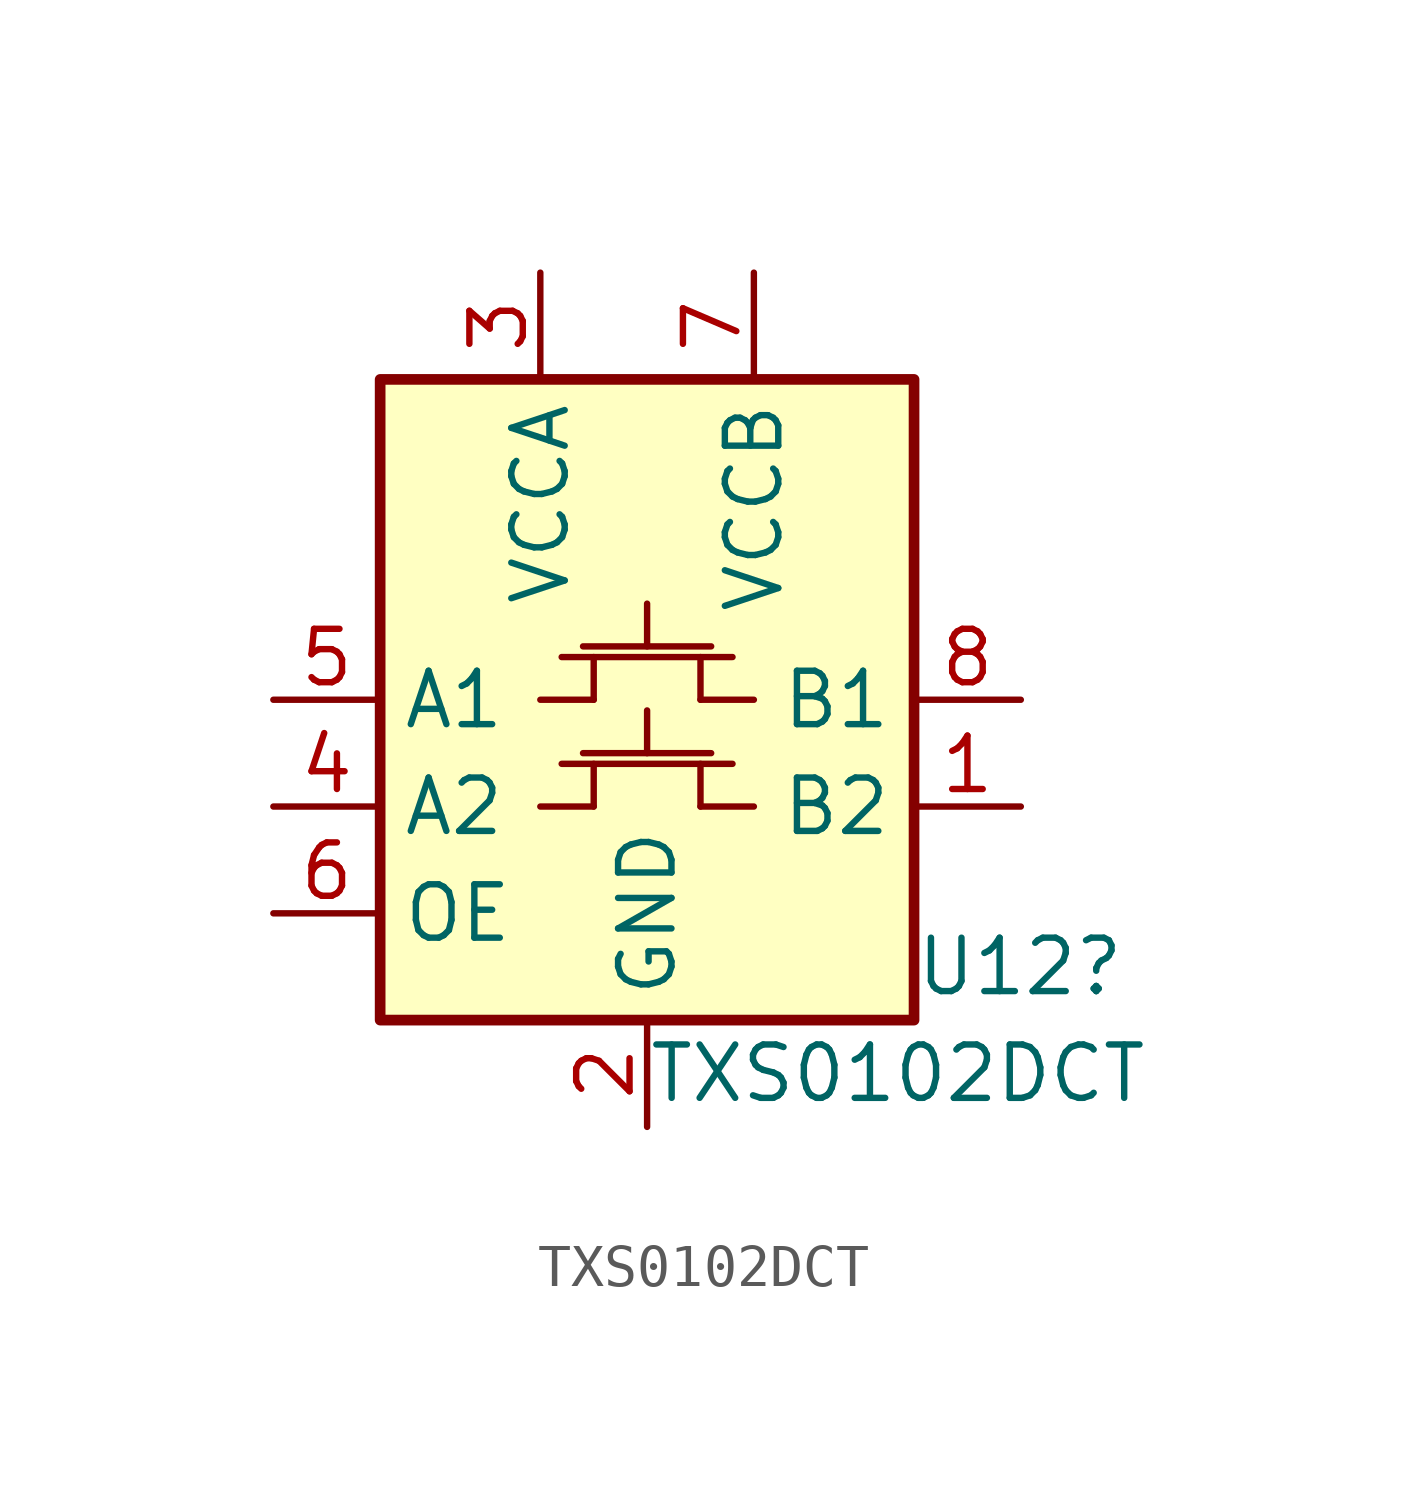
<source format=kicad_sym>
(kicad_symbol_lib
  (version 20220914)
  (generator kicad_symbol_editor)
  (symbol "TXS0102DCT"
    (property "Reference" "U12"
      (at 6.35 -3.81 0)
      (effects (font (size 1.27 1.27)) (justify left)))
    (property "Value" "TXS0102DCT"
      (at 0 -6.35 0)
      (effects (font (size 1.27 1.27)) (justify left)))
    (symbol "TXS0102DCT_0_1"
      (rectangle (start -6.35 10.16) (end 6.35 -5.08) (stroke (width 0.254) (type default)) (fill (type background)))
      (polyline (pts (xy -2.54 0) (xy -1.27 0)) (stroke (width 0) (type default)) (fill (type none)))
      (polyline (pts (xy -2.032 1.016) (xy 2.032 1.016)) (stroke (width 0) (type default)) (fill (type none)))
      (polyline (pts (xy -1.524 1.27) (xy 1.524 1.27)) (stroke (width 0) (type default)) (fill (type none)))
      (polyline (pts (xy -1.27 0) (xy -1.27 1.016)) (stroke (width 0) (type default)) (fill (type none)))
      (polyline (pts (xy 0 1.27) (xy 0 2.286)) (stroke (width 0) (type default)) (fill (type none)))
      (polyline (pts (xy 1.27 0) (xy 1.27 1.016)) (stroke (width 0) (type default)) (fill (type none)))
      (polyline (pts (xy 2.54 0) (xy 1.27 0)) (stroke (width 0) (type default)) (fill (type none))))
    (symbol "TXS0102DCT_1_1"
      (polyline (pts (xy -2.54 2.54) (xy -1.27 2.54)) (stroke (width 0) (type default)) (fill (type none)))
      (polyline (pts (xy -2.032 3.556) (xy 2.032 3.556)) (stroke (width 0) (type default)) (fill (type none)))
      (polyline (pts (xy -1.524 3.81) (xy 1.524 3.81)) (stroke (width 0) (type default)) (fill (type none)))
      (polyline (pts (xy -1.27 2.54) (xy -1.27 3.556)) (stroke (width 0) (type default)) (fill (type none)))
      (polyline (pts (xy 0 3.81) (xy 0 4.826)) (stroke (width 0) (type default)) (fill (type none)))
      (polyline (pts (xy 1.27 2.54) (xy 1.27 3.556)) (stroke (width 0) (type default)) (fill (type none)))
      (polyline (pts (xy 2.54 2.54) (xy 1.27 2.54)) (stroke (width 0) (type default)) (fill (type none)))
      (pin bidirectional line (at 8.89 0 180) (length 2.54) (name "B2" (effects (font (size 1.27 1.27)))) (number "1" (effects (font (size 1.27 1.27)))))
      (pin power_in line (at 0 -7.62 90) (length 2.54) (name "GND" (effects (font (size 1.27 1.27)))) (number "2" (effects (font (size 1.27 1.27)))))
      (pin power_in line (at -2.54 12.7 270) (length 2.54) (name "VCCA" (effects (font (size 1.27 1.27)))) (number "3" (effects (font (size 1.27 1.27)))))
      (pin bidirectional line (at -8.89 0 0) (length 2.54) (name "A2" (effects (font (size 1.27 1.27)))) (number "4" (effects (font (size 1.27 1.27)))))
      (pin bidirectional line (at -8.89 2.54 0) (length 2.54) (name "A1" (effects (font (size 1.27 1.27)))) (number "5" (effects (font (size 1.27 1.27)))))
      (pin input line (at -8.89 -2.54 0) (length 2.54) (name "OE" (effects (font (size 1.27 1.27)))) (number "6" (effects (font (size 1.27 1.27)))))
      (pin power_in line (at 2.54 12.7 270) (length 2.54) (name "VCCB" (effects (font (size 1.27 1.27)))) (number "7" (effects (font (size 1.27 1.27)))))
      (pin bidirectional line (at 8.89 2.54 180) (length 2.54) (name "B1" (effects (font (size 1.27 1.27)))) (number "8" (effects (font (size 1.27 1.27))))))))
</source>
